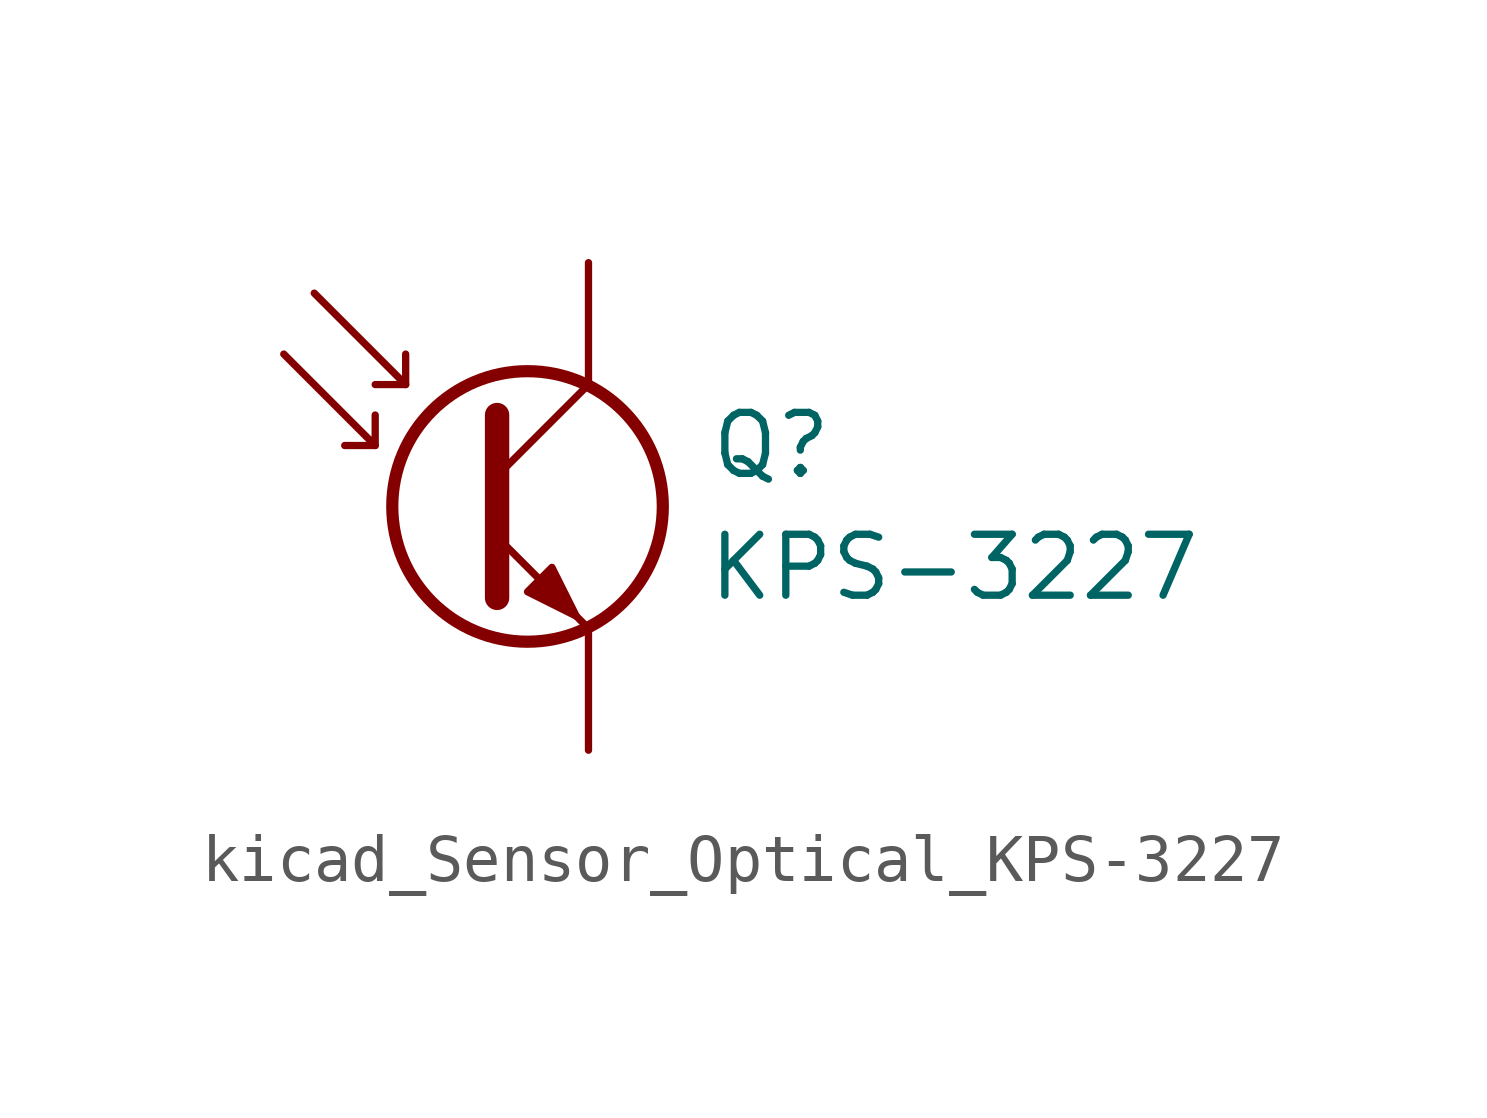
<source format=kicad_sym>
(kicad_symbol_lib
  (version 20220914)
  (generator kicad_symbol_editor)
  (symbol "kicad_Sensor_Optical_KPS-3227"
    (pin_numbers hide)
    (property "Reference" "Q"
      (at 3.81 1.27 0)
      (effects (font (size 1.27 1.27))))
    (property "Value" "KPS-3227"
      (at 7.62 -1.27 0)
      (effects (font (size 1.27 1.27))))
    (symbol "kicad_Sensor_Optical_KPS-3227_1_1"
      (circle (center -1.27 0) (radius 2.819) (stroke (width 0.254) (type default)) (fill (type none)))
      (polyline (pts (xy -4.445 1.27) (xy -5.08 1.27)) (stroke (width 0) (type default)) (fill (type none)))
      (polyline (pts (xy -3.81 2.54) (xy -4.445 2.54)) (stroke (width 0) (type default)) (fill (type none)))
      (polyline (pts (xy -1.905 0.635) (xy 0 2.54)) (stroke (width 0) (type default)) (fill (type none)))
      (polyline (pts (xy -6.35 3.175) (xy -4.445 1.27) (xy -4.445 1.905)) (stroke (width 0) (type default)) (fill (type none)))
      (polyline (pts (xy -5.715 4.445) (xy -3.81 2.54) (xy -3.81 3.175)) (stroke (width 0) (type default)) (fill (type none)))
      (polyline (pts (xy -1.905 -0.635) (xy 0 -2.54) (xy 0 -2.54)) (stroke (width 0) (type default)) (fill (type none)))
      (polyline (pts (xy -1.905 1.905) (xy -1.905 -1.905) (xy -1.905 -1.905)) (stroke (width 0.508) (type default)) (fill (type none)))
      (polyline (pts (xy -1.27 -1.778) (xy -0.762 -1.27) (xy -0.254 -2.286) (xy -1.27 -1.778) (xy -1.27 -1.778)) (stroke (width 0) (type default)) (fill (type outline)))
      (pin passive line (at 0 5.08 270) (length 2.54) (name "~" (effects (font (size 1.27 1.27)))) (number "1" (effects (font (size 1.27 1.27)))))
      (pin passive line (at 0 -5.08 90) (length 2.54) (name "~" (effects (font (size 1.27 1.27)))) (number "2" (effects (font (size 1.27 1.27)))))
      (pin passive line (at 0 5.08 270) (length 2.54) hide (name "~" (effects (font (size 1.27 1.27)))) (number "3" (effects (font (size 1.27 1.27)))))
      (pin passive line (at 0 -5.08 90) (length 2.54) hide (name "~" (effects (font (size 1.27 1.27)))) (number "4" (effects (font (size 1.27 1.27))))))))
</source>
